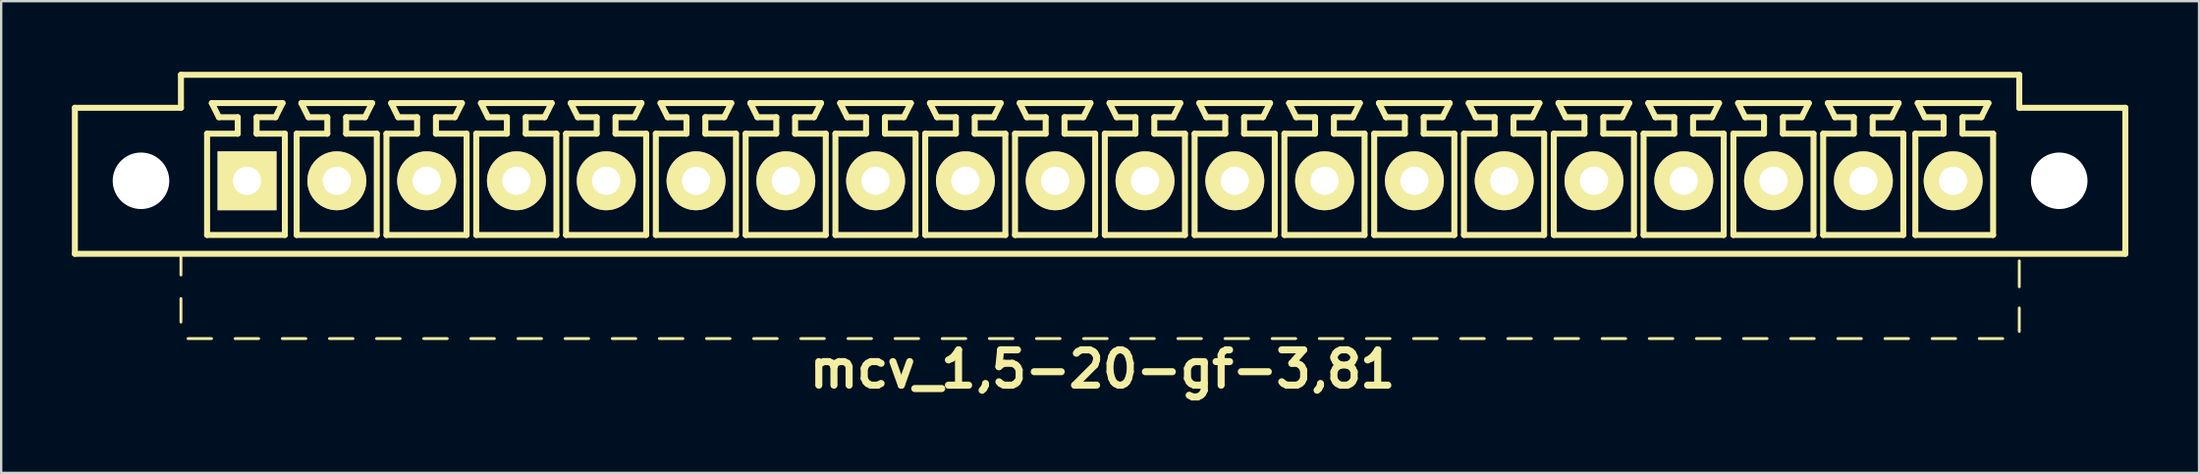
<source format=kicad_pcb>
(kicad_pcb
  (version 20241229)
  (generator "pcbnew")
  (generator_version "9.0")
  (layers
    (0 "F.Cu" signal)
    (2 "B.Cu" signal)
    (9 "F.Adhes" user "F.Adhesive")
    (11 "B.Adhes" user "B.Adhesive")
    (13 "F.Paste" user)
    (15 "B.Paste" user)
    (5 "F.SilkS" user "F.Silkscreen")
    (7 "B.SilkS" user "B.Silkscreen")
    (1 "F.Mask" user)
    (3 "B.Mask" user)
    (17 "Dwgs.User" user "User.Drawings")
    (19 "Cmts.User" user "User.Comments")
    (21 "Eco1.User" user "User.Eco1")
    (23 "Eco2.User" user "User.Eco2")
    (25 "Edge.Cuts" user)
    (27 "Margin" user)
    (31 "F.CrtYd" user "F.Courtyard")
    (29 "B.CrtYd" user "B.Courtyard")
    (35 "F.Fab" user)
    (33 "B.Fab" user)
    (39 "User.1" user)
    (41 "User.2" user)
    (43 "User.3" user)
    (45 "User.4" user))
  (footprint "mcv_1,5-20-gf-3,81"
    (layer "F.Cu")
    (at 43.627 4.627)
    (property "Reference" "mcv_1,5-20-gf-3,81" (at 0.1 8 0) (layer "F.SilkS") (effects (font (size 1.5 1.5) (thickness 0.3))))
    (attr through_hole)
    (fp_line (start -43.5 3.1) (end -43.5 -3.1) (stroke (width 0.254) (type solid)) (layer "F.SilkS"))
    (fp_line (start -43.5 3.1) (end 43.5 3.1) (stroke (width 0.254) (type solid)) (layer "F.SilkS"))
    (fp_line (start -39 -4.5) (end -39 -3.1) (stroke (width 0.254) (type solid)) (layer "F.SilkS"))
    (fp_line (start -39 -4.5) (end 39 -4.5) (stroke (width 0.254) (type solid)) (layer "F.SilkS"))
    (fp_line (start -39 -3.1) (end -43.5 -3.1) (stroke (width 0.254) (type solid)) (layer "F.SilkS"))
    (fp_line (start -39 3.1) (end -39 4) (stroke (width 0.12) (type solid)) (layer "F.SilkS"))
    (fp_line (start -39 5) (end -39 6) (stroke (width 0.12) (type solid)) (layer "F.SilkS"))
    (fp_line (start -38.7 6.7) (end -37.7 6.7) (stroke (width 0.12) (type solid)) (layer "F.SilkS"))
    (fp_line (start -37.89 -2) (end -36.59 -2) (stroke (width 0.254) (type solid)) (layer "F.SilkS"))
    (fp_line (start -37.89 2.3) (end -37.89 -2) (stroke (width 0.254) (type solid)) (layer "F.SilkS"))
    (fp_line (start -37.69 -3.3) (end -34.69 -3.3) (stroke (width 0.254) (type solid)) (layer "F.SilkS"))
    (fp_line (start -37.39 -2.7) (end -37.69 -3.3) (stroke (width 0.254) (type solid)) (layer "F.SilkS"))
    (fp_line (start -36.7 6.7) (end -35.7 6.7) (stroke (width 0.12) (type solid)) (layer "F.SilkS"))
    (fp_line (start -36.59 -2.7) (end -37.39 -2.7) (stroke (width 0.254) (type solid)) (layer "F.SilkS"))
    (fp_line (start -36.59 -2) (end -36.59 -2.7) (stroke (width 0.254) (type solid)) (layer "F.SilkS"))
    (fp_line (start -35.79 -2.7) (end -35.79 -2) (stroke (width 0.254) (type solid)) (layer "F.SilkS"))
    (fp_line (start -35.79 -2) (end -34.59 -2) (stroke (width 0.254) (type solid)) (layer "F.SilkS"))
    (fp_line (start -34.99 -2.7) (end -35.79 -2.7) (stroke (width 0.254) (type solid)) (layer "F.SilkS"))
    (fp_line (start -34.99 -2.7) (end -34.69 -3.3) (stroke (width 0.254) (type solid)) (layer "F.SilkS"))
    (fp_line (start -34.7 6.7) (end -33.7 6.7) (stroke (width 0.12) (type solid)) (layer "F.SilkS"))
    (fp_line (start -34.59 -2) (end -34.59 2.3) (stroke (width 0.254) (type solid)) (layer "F.SilkS"))
    (fp_line (start -34.59 2.3) (end -37.89 2.3) (stroke (width 0.254) (type solid)) (layer "F.SilkS"))
    (fp_line (start -34.09 -2) (end -32.79 -2) (stroke (width 0.254) (type solid)) (layer "F.SilkS"))
    (fp_line (start -34.09 2.3) (end -34.09 -2) (stroke (width 0.254) (type solid)) (layer "F.SilkS"))
    (fp_line (start -33.89 -3.3) (end -30.89 -3.3) (stroke (width 0.254) (type solid)) (layer "F.SilkS"))
    (fp_line (start -33.59 -2.7) (end -33.89 -3.3) (stroke (width 0.254) (type solid)) (layer "F.SilkS"))
    (fp_line (start -32.79 -2.7) (end -33.59 -2.7) (stroke (width 0.254) (type solid)) (layer "F.SilkS"))
    (fp_line (start -32.79 -2) (end -32.79 -2.7) (stroke (width 0.254) (type solid)) (layer "F.SilkS"))
    (fp_line (start -32.7 6.7) (end -31.7 6.7) (stroke (width 0.12) (type solid)) (layer "F.SilkS"))
    (fp_line (start -31.99 -2.7) (end -31.99 -2) (stroke (width 0.254) (type solid)) (layer "F.SilkS"))
    (fp_line (start -31.99 -2) (end -30.69 -2) (stroke (width 0.254) (type solid)) (layer "F.SilkS"))
    (fp_line (start -31.19 -2.7) (end -31.99 -2.7) (stroke (width 0.254) (type solid)) (layer "F.SilkS"))
    (fp_line (start -31.19 -2.7) (end -30.89 -3.3) (stroke (width 0.254) (type solid)) (layer "F.SilkS"))
    (fp_line (start -30.7 6.7) (end -29.7 6.7) (stroke (width 0.12) (type solid)) (layer "F.SilkS"))
    (fp_line (start -30.69 -2) (end -30.69 2.3) (stroke (width 0.254) (type solid)) (layer "F.SilkS"))
    (fp_line (start -30.69 2.3) (end -34.09 2.3) (stroke (width 0.254) (type solid)) (layer "F.SilkS"))
    (fp_line (start -30.28 -2) (end -28.98 -2) (stroke (width 0.254) (type solid)) (layer "F.SilkS"))
    (fp_line (start -30.28 2.3) (end -30.28 -2) (stroke (width 0.254) (type solid)) (layer "F.SilkS"))
    (fp_line (start -30.08 -3.3) (end -27.08 -3.3) (stroke (width 0.254) (type solid)) (layer "F.SilkS"))
    (fp_line (start -29.78 -2.7) (end -30.08 -3.3) (stroke (width 0.254) (type solid)) (layer "F.SilkS"))
    (fp_line (start -28.98 -2.7) (end -29.78 -2.7) (stroke (width 0.254) (type solid)) (layer "F.SilkS"))
    (fp_line (start -28.98 -2) (end -28.98 -2.7) (stroke (width 0.254) (type solid)) (layer "F.SilkS"))
    (fp_line (start -28.7 6.7) (end -27.7 6.7) (stroke (width 0.12) (type solid)) (layer "F.SilkS"))
    (fp_line (start -28.18 -2.7) (end -28.18 -2) (stroke (width 0.254) (type solid)) (layer "F.SilkS"))
    (fp_line (start -28.18 -2) (end -26.88 -2) (stroke (width 0.254) (type solid)) (layer "F.SilkS"))
    (fp_line (start -27.38 -2.7) (end -28.18 -2.7) (stroke (width 0.254) (type solid)) (layer "F.SilkS"))
    (fp_line (start -27.38 -2.7) (end -27.08 -3.3) (stroke (width 0.254) (type solid)) (layer "F.SilkS"))
    (fp_line (start -26.88 -2) (end -26.88 2.3) (stroke (width 0.254) (type solid)) (layer "F.SilkS"))
    (fp_line (start -26.88 2.3) (end -30.28 2.3) (stroke (width 0.254) (type solid)) (layer "F.SilkS"))
    (fp_line (start -26.7 6.7) (end -25.7 6.7) (stroke (width 0.12) (type solid)) (layer "F.SilkS"))
    (fp_line (start -26.47 -2) (end -25.17 -2) (stroke (width 0.254) (type solid)) (layer "F.SilkS"))
    (fp_line (start -26.47 2.3) (end -26.47 -2) (stroke (width 0.254) (type solid)) (layer "F.SilkS"))
    (fp_line (start -26.27 -3.3) (end -23.27 -3.3) (stroke (width 0.254) (type solid)) (layer "F.SilkS"))
    (fp_line (start -25.97 -2.7) (end -26.27 -3.3) (stroke (width 0.254) (type solid)) (layer "F.SilkS"))
    (fp_line (start -25.17 -2.7) (end -25.97 -2.7) (stroke (width 0.254) (type solid)) (layer "F.SilkS"))
    (fp_line (start -25.17 -2) (end -25.17 -2.7) (stroke (width 0.254) (type solid)) (layer "F.SilkS"))
    (fp_line (start -24.7 6.7) (end -23.7 6.7) (stroke (width 0.12) (type solid)) (layer "F.SilkS"))
    (fp_line (start -24.37 -2.7) (end -24.37 -2) (stroke (width 0.254) (type solid)) (layer "F.SilkS"))
    (fp_line (start -24.37 -2) (end -23.07 -2) (stroke (width 0.254) (type solid)) (layer "F.SilkS"))
    (fp_line (start -23.57 -2.7) (end -24.37 -2.7) (stroke (width 0.254) (type solid)) (layer "F.SilkS"))
    (fp_line (start -23.57 -2.7) (end -23.27 -3.3) (stroke (width 0.254) (type solid)) (layer "F.SilkS"))
    (fp_line (start -23.07 -2) (end -23.07 2.3) (stroke (width 0.254) (type solid)) (layer "F.SilkS"))
    (fp_line (start -23.07 2.3) (end -26.47 2.3) (stroke (width 0.254) (type solid)) (layer "F.SilkS"))
    (fp_line (start -22.7 6.7) (end -21.7 6.7) (stroke (width 0.12) (type solid)) (layer "F.SilkS"))
    (fp_line (start -22.66 -2) (end -21.36 -2) (stroke (width 0.254) (type solid)) (layer "F.SilkS"))
    (fp_line (start -22.66 2.3) (end -22.66 -2) (stroke (width 0.254) (type solid)) (layer "F.SilkS"))
    (fp_line (start -22.46 -3.3) (end -19.46 -3.3) (stroke (width 0.254) (type solid)) (layer "F.SilkS"))
    (fp_line (start -22.16 -2.7) (end -22.46 -3.3) (stroke (width 0.254) (type solid)) (layer "F.SilkS"))
    (fp_line (start -21.36 -2.7) (end -22.16 -2.7) (stroke (width 0.254) (type solid)) (layer "F.SilkS"))
    (fp_line (start -21.36 -2) (end -21.36 -2.7) (stroke (width 0.254) (type solid)) (layer "F.SilkS"))
    (fp_line (start -20.7 6.7) (end -19.7 6.7) (stroke (width 0.12) (type solid)) (layer "F.SilkS"))
    (fp_line (start -20.56 -2.7) (end -20.56 -2) (stroke (width 0.254) (type solid)) (layer "F.SilkS"))
    (fp_line (start -20.56 -2) (end -19.26 -2) (stroke (width 0.254) (type solid)) (layer "F.SilkS"))
    (fp_line (start -19.76 -2.7) (end -20.56 -2.7) (stroke (width 0.254) (type solid)) (layer "F.SilkS"))
    (fp_line (start -19.76 -2.7) (end -19.46 -3.3) (stroke (width 0.254) (type solid)) (layer "F.SilkS"))
    (fp_line (start -19.26 -2) (end -19.26 2.3) (stroke (width 0.254) (type solid)) (layer "F.SilkS"))
    (fp_line (start -19.26 2.3) (end -22.66 2.3) (stroke (width 0.254) (type solid)) (layer "F.SilkS"))
    (fp_line (start -18.85 -2) (end -17.55 -2) (stroke (width 0.254) (type solid)) (layer "F.SilkS"))
    (fp_line (start -18.85 2.3) (end -18.85 -2) (stroke (width 0.254) (type solid)) (layer "F.SilkS"))
    (fp_line (start -18.7 6.7) (end -17.7 6.7) (stroke (width 0.12) (type solid)) (layer "F.SilkS"))
    (fp_line (start -18.65 -3.3) (end -15.65 -3.3) (stroke (width 0.254) (type solid)) (layer "F.SilkS"))
    (fp_line (start -18.35 -2.7) (end -18.65 -3.3) (stroke (width 0.254) (type solid)) (layer "F.SilkS"))
    (fp_line (start -17.55 -2.7) (end -18.35 -2.7) (stroke (width 0.254) (type solid)) (layer "F.SilkS"))
    (fp_line (start -17.55 -2) (end -17.55 -2.7) (stroke (width 0.254) (type solid)) (layer "F.SilkS"))
    (fp_line (start -16.75 -2.7) (end -16.75 -2) (stroke (width 0.254) (type solid)) (layer "F.SilkS"))
    (fp_line (start -16.75 -2) (end -15.45 -2) (stroke (width 0.254) (type solid)) (layer "F.SilkS"))
    (fp_line (start -16.7 6.7) (end -15.7 6.7) (stroke (width 0.12) (type solid)) (layer "F.SilkS"))
    (fp_line (start -15.95 -2.7) (end -16.75 -2.7) (stroke (width 0.254) (type solid)) (layer "F.SilkS"))
    (fp_line (start -15.95 -2.7) (end -15.65 -3.3) (stroke (width 0.254) (type solid)) (layer "F.SilkS"))
    (fp_line (start -15.45 -2) (end -15.45 2.3) (stroke (width 0.254) (type solid)) (layer "F.SilkS"))
    (fp_line (start -15.45 2.3) (end -18.85 2.3) (stroke (width 0.254) (type solid)) (layer "F.SilkS"))
    (fp_line (start -15.04 -2) (end -13.74 -2) (stroke (width 0.254) (type solid)) (layer "F.SilkS"))
    (fp_line (start -15.04 2.3) (end -15.04 -2) (stroke (width 0.254) (type solid)) (layer "F.SilkS"))
    (fp_line (start -14.84 -3.3) (end -11.84 -3.3) (stroke (width 0.254) (type solid)) (layer "F.SilkS"))
    (fp_line (start -14.7 6.7) (end -13.7 6.7) (stroke (width 0.12) (type solid)) (layer "F.SilkS"))
    (fp_line (start -14.54 -2.7) (end -14.84 -3.3) (stroke (width 0.254) (type solid)) (layer "F.SilkS"))
    (fp_line (start -13.74 -2.7) (end -14.54 -2.7) (stroke (width 0.254) (type solid)) (layer "F.SilkS"))
    (fp_line (start -13.74 -2) (end -13.74 -2.7) (stroke (width 0.254) (type solid)) (layer "F.SilkS"))
    (fp_line (start -12.94 -2.7) (end -12.94 -2) (stroke (width 0.254) (type solid)) (layer "F.SilkS"))
    (fp_line (start -12.94 -2) (end -11.64 -2) (stroke (width 0.254) (type solid)) (layer "F.SilkS"))
    (fp_line (start -12.7 6.7) (end -11.7 6.7) (stroke (width 0.12) (type solid)) (layer "F.SilkS"))
    (fp_line (start -12.14 -2.7) (end -12.94 -2.7) (stroke (width 0.254) (type solid)) (layer "F.SilkS"))
    (fp_line (start -12.14 -2.7) (end -11.84 -3.3) (stroke (width 0.254) (type solid)) (layer "F.SilkS"))
    (fp_line (start -11.64 -2) (end -11.64 2.3) (stroke (width 0.254) (type solid)) (layer "F.SilkS"))
    (fp_line (start -11.64 2.3) (end -15.04 2.3) (stroke (width 0.254) (type solid)) (layer "F.SilkS"))
    (fp_line (start -11.23 -2) (end -9.93 -2) (stroke (width 0.254) (type solid)) (layer "F.SilkS"))
    (fp_line (start -11.23 2.3) (end -11.23 -2) (stroke (width 0.254) (type solid)) (layer "F.SilkS"))
    (fp_line (start -11.03 -3.3) (end -8.03 -3.3) (stroke (width 0.254) (type solid)) (layer "F.SilkS"))
    (fp_line (start -10.73 -2.7) (end -11.03 -3.3) (stroke (width 0.254) (type solid)) (layer "F.SilkS"))
    (fp_line (start -10.7 6.7) (end -9.7 6.7) (stroke (width 0.12) (type solid)) (layer "F.SilkS"))
    (fp_line (start -9.93 -2.7) (end -10.73 -2.7) (stroke (width 0.254) (type solid)) (layer "F.SilkS"))
    (fp_line (start -9.93 -2) (end -9.93 -2.7) (stroke (width 0.254) (type solid)) (layer "F.SilkS"))
    (fp_line (start -9.13 -2.7) (end -9.13 -2) (stroke (width 0.254) (type solid)) (layer "F.SilkS"))
    (fp_line (start -9.13 -2) (end -7.83 -2) (stroke (width 0.254) (type solid)) (layer "F.SilkS"))
    (fp_line (start -8.7 6.7) (end -7.7 6.7) (stroke (width 0.12) (type solid)) (layer "F.SilkS"))
    (fp_line (start -8.33 -2.7) (end -9.13 -2.7) (stroke (width 0.254) (type solid)) (layer "F.SilkS"))
    (fp_line (start -8.33 -2.7) (end -8.03 -3.3) (stroke (width 0.254) (type solid)) (layer "F.SilkS"))
    (fp_line (start -7.83 -2) (end -7.83 2.3) (stroke (width 0.254) (type solid)) (layer "F.SilkS"))
    (fp_line (start -7.83 2.3) (end -11.23 2.3) (stroke (width 0.254) (type solid)) (layer "F.SilkS"))
    (fp_line (start -7.42 -2) (end -6.12 -2) (stroke (width 0.254) (type solid)) (layer "F.SilkS"))
    (fp_line (start -7.42 2.3) (end -7.42 -2) (stroke (width 0.254) (type solid)) (layer "F.SilkS"))
    (fp_line (start -7.22 -3.3) (end -4.22 -3.3) (stroke (width 0.254) (type solid)) (layer "F.SilkS"))
    (fp_line (start -6.92 -2.7) (end -7.22 -3.3) (stroke (width 0.254) (type solid)) (layer "F.SilkS"))
    (fp_line (start -6.7 6.7) (end -5.7 6.7) (stroke (width 0.12) (type solid)) (layer "F.SilkS"))
    (fp_line (start -6.12 -2.7) (end -6.92 -2.7) (stroke (width 0.254) (type solid)) (layer "F.SilkS"))
    (fp_line (start -6.12 -2) (end -6.12 -2.7) (stroke (width 0.254) (type solid)) (layer "F.SilkS"))
    (fp_line (start -5.32 -2.7) (end -5.32 -2) (stroke (width 0.254) (type solid)) (layer "F.SilkS"))
    (fp_line (start -5.32 -2) (end -4.02 -2) (stroke (width 0.254) (type solid)) (layer "F.SilkS"))
    (fp_line (start -4.7 6.7) (end -3.7 6.7) (stroke (width 0.12) (type solid)) (layer "F.SilkS"))
    (fp_line (start -4.52 -2.7) (end -5.32 -2.7) (stroke (width 0.254) (type solid)) (layer "F.SilkS"))
    (fp_line (start -4.52 -2.7) (end -4.22 -3.3) (stroke (width 0.254) (type solid)) (layer "F.SilkS"))
    (fp_line (start -4.02 -2) (end -4.02 2.3) (stroke (width 0.254) (type solid)) (layer "F.SilkS"))
    (fp_line (start -4.02 2.3) (end -7.42 2.3) (stroke (width 0.254) (type solid)) (layer "F.SilkS"))
    (fp_line (start -3.61 -2) (end -2.31 -2) (stroke (width 0.254) (type solid)) (layer "F.SilkS"))
    (fp_line (start -3.61 2.3) (end -3.61 -2) (stroke (width 0.254) (type solid)) (layer "F.SilkS"))
    (fp_line (start -3.41 -3.3) (end -0.41 -3.3) (stroke (width 0.254) (type solid)) (layer "F.SilkS"))
    (fp_line (start -3.11 -2.7) (end -3.41 -3.3) (stroke (width 0.254) (type solid)) (layer "F.SilkS"))
    (fp_line (start -2.7 6.7) (end -1.7 6.7) (stroke (width 0.12) (type solid)) (layer "F.SilkS"))
    (fp_line (start -2.31 -2.7) (end -3.11 -2.7) (stroke (width 0.254) (type solid)) (layer "F.SilkS"))
    (fp_line (start -2.31 -2) (end -2.31 -2.7) (stroke (width 0.254) (type solid)) (layer "F.SilkS"))
    (fp_line (start -1.51 -2.7) (end -1.51 -2) (stroke (width 0.254) (type solid)) (layer "F.SilkS"))
    (fp_line (start -1.51 -2) (end -0.21 -2) (stroke (width 0.254) (type solid)) (layer "F.SilkS"))
    (fp_line (start -0.71 -2.7) (end -1.51 -2.7) (stroke (width 0.254) (type solid)) (layer "F.SilkS"))
    (fp_line (start -0.71 -2.7) (end -0.41 -3.3) (stroke (width 0.254) (type solid)) (layer "F.SilkS"))
    (fp_line (start -0.7 6.7) (end 0.3 6.7) (stroke (width 0.12) (type solid)) (layer "F.SilkS"))
    (fp_line (start -0.21 -2) (end -0.21 2.3) (stroke (width 0.254) (type solid)) (layer "F.SilkS"))
    (fp_line (start -0.21 2.3) (end -3.61 2.3) (stroke (width 0.254) (type solid)) (layer "F.SilkS"))
    (fp_line (start 0.2 -2) (end 1.5 -2) (stroke (width 0.254) (type solid)) (layer "F.SilkS"))
    (fp_line (start 0.2 2.3) (end 0.2 -2) (stroke (width 0.254) (type solid)) (layer "F.SilkS"))
    (fp_line (start 0.4 -3.3) (end 3.4 -3.3) (stroke (width 0.254) (type solid)) (layer "F.SilkS"))
    (fp_line (start 0.7 -2.7) (end 0.4 -3.3) (stroke (width 0.254) (type solid)) (layer "F.SilkS"))
    (fp_line (start 1.3 6.7) (end 2.3 6.7) (stroke (width 0.12) (type solid)) (layer "F.SilkS"))
    (fp_line (start 1.5 -2.7) (end 0.7 -2.7) (stroke (width 0.254) (type solid)) (layer "F.SilkS"))
    (fp_line (start 1.5 -2) (end 1.5 -2.7) (stroke (width 0.254) (type solid)) (layer "F.SilkS"))
    (fp_line (start 2.3 -2.7) (end 2.3 -2) (stroke (width 0.254) (type solid)) (layer "F.SilkS"))
    (fp_line (start 2.3 -2) (end 3.6 -2) (stroke (width 0.254) (type solid)) (layer "F.SilkS"))
    (fp_line (start 3.1 -2.7) (end 2.3 -2.7) (stroke (width 0.254) (type solid)) (layer "F.SilkS"))
    (fp_line (start 3.1 -2.7) (end 3.4 -3.3) (stroke (width 0.254) (type solid)) (layer "F.SilkS"))
    (fp_line (start 3.3 6.7) (end 4.3 6.7) (stroke (width 0.12) (type solid)) (layer "F.SilkS"))
    (fp_line (start 3.6 -2) (end 3.6 2.3) (stroke (width 0.254) (type solid)) (layer "F.SilkS"))
    (fp_line (start 3.6 2.3) (end 0.2 2.3) (stroke (width 0.254) (type solid)) (layer "F.SilkS"))
    (fp_line (start 4.01 -2) (end 5.31 -2) (stroke (width 0.254) (type solid)) (layer "F.SilkS"))
    (fp_line (start 4.01 2.3) (end 4.01 -2) (stroke (width 0.254) (type solid)) (layer "F.SilkS"))
    (fp_line (start 4.21 -3.3) (end 7.21 -3.3) (stroke (width 0.254) (type solid)) (layer "F.SilkS"))
    (fp_line (start 4.51 -2.7) (end 4.21 -3.3) (stroke (width 0.254) (type solid)) (layer "F.SilkS"))
    (fp_line (start 5.3 6.7) (end 6.3 6.7) (stroke (width 0.12) (type solid)) (layer "F.SilkS"))
    (fp_line (start 5.31 -2.7) (end 4.51 -2.7) (stroke (width 0.254) (type solid)) (layer "F.SilkS"))
    (fp_line (start 5.31 -2) (end 5.31 -2.7) (stroke (width 0.254) (type solid)) (layer "F.SilkS"))
    (fp_line (start 6.11 -2.7) (end 6.11 -2) (stroke (width 0.254) (type solid)) (layer "F.SilkS"))
    (fp_line (start 6.11 -2) (end 7.41 -2) (stroke (width 0.254) (type solid)) (layer "F.SilkS"))
    (fp_line (start 6.91 -2.7) (end 6.11 -2.7) (stroke (width 0.254) (type solid)) (layer "F.SilkS"))
    (fp_line (start 6.91 -2.7) (end 7.21 -3.3) (stroke (width 0.254) (type solid)) (layer "F.SilkS"))
    (fp_line (start 7.3 6.7) (end 8.3 6.7) (stroke (width 0.12) (type solid)) (layer "F.SilkS"))
    (fp_line (start 7.41 -2) (end 7.41 2.3) (stroke (width 0.254) (type solid)) (layer "F.SilkS"))
    (fp_line (start 7.41 2.3) (end 4.01 2.3) (stroke (width 0.254) (type solid)) (layer "F.SilkS"))
    (fp_line (start 7.82 -2) (end 9.12 -2) (stroke (width 0.254) (type solid)) (layer "F.SilkS"))
    (fp_line (start 7.82 2.3) (end 7.82 -2) (stroke (width 0.254) (type solid)) (layer "F.SilkS"))
    (fp_line (start 8.02 -3.3) (end 11.02 -3.3) (stroke (width 0.254) (type solid)) (layer "F.SilkS"))
    (fp_line (start 8.32 -2.7) (end 8.02 -3.3) (stroke (width 0.254) (type solid)) (layer "F.SilkS"))
    (fp_line (start 9.12 -2.7) (end 8.32 -2.7) (stroke (width 0.254) (type solid)) (layer "F.SilkS"))
    (fp_line (start 9.12 -2) (end 9.12 -2.7) (stroke (width 0.254) (type solid)) (layer "F.SilkS"))
    (fp_line (start 9.3 6.7) (end 10.3 6.7) (stroke (width 0.12) (type solid)) (layer "F.SilkS"))
    (fp_line (start 9.92 -2.7) (end 9.92 -2) (stroke (width 0.254) (type solid)) (layer "F.SilkS"))
    (fp_line (start 9.92 -2) (end 11.22 -2) (stroke (width 0.254) (type solid)) (layer "F.SilkS"))
    (fp_line (start 10.72 -2.7) (end 9.92 -2.7) (stroke (width 0.254) (type solid)) (layer "F.SilkS"))
    (fp_line (start 10.72 -2.7) (end 11.02 -3.3) (stroke (width 0.254) (type solid)) (layer "F.SilkS"))
    (fp_line (start 11.22 -2) (end 11.22 2.3) (stroke (width 0.254) (type solid)) (layer "F.SilkS"))
    (fp_line (start 11.22 2.3) (end 7.82 2.3) (stroke (width 0.254) (type solid)) (layer "F.SilkS"))
    (fp_line (start 11.3 6.7) (end 12.3 6.7) (stroke (width 0.12) (type solid)) (layer "F.SilkS"))
    (fp_line (start 11.63 -2) (end 12.93 -2) (stroke (width 0.254) (type solid)) (layer "F.SilkS"))
    (fp_line (start 11.63 2.3) (end 11.63 -2) (stroke (width 0.254) (type solid)) (layer "F.SilkS"))
    (fp_line (start 11.83 -3.3) (end 14.83 -3.3) (stroke (width 0.254) (type solid)) (layer "F.SilkS"))
    (fp_line (start 12.13 -2.7) (end 11.83 -3.3) (stroke (width 0.254) (type solid)) (layer "F.SilkS"))
    (fp_line (start 12.93 -2.7) (end 12.13 -2.7) (stroke (width 0.254) (type solid)) (layer "F.SilkS"))
    (fp_line (start 12.93 -2) (end 12.93 -2.7) (stroke (width 0.254) (type solid)) (layer "F.SilkS"))
    (fp_line (start 13.3 6.7) (end 14.3 6.7) (stroke (width 0.12) (type solid)) (layer "F.SilkS"))
    (fp_line (start 13.73 -2.7) (end 13.73 -2) (stroke (width 0.254) (type solid)) (layer "F.SilkS"))
    (fp_line (start 13.73 -2) (end 15.03 -2) (stroke (width 0.254) (type solid)) (layer "F.SilkS"))
    (fp_line (start 14.53 -2.7) (end 13.73 -2.7) (stroke (width 0.254) (type solid)) (layer "F.SilkS"))
    (fp_line (start 14.53 -2.7) (end 14.83 -3.3) (stroke (width 0.254) (type solid)) (layer "F.SilkS"))
    (fp_line (start 15.03 -2) (end 15.03 2.3) (stroke (width 0.254) (type solid)) (layer "F.SilkS"))
    (fp_line (start 15.03 2.3) (end 11.63 2.3) (stroke (width 0.254) (type solid)) (layer "F.SilkS"))
    (fp_line (start 15.3 6.7) (end 16.3 6.7) (stroke (width 0.12) (type solid)) (layer "F.SilkS"))
    (fp_line (start 15.44 -2) (end 16.74 -2) (stroke (width 0.254) (type solid)) (layer "F.SilkS"))
    (fp_line (start 15.44 2.3) (end 15.44 -2) (stroke (width 0.254) (type solid)) (layer "F.SilkS"))
    (fp_line (start 15.64 -3.3) (end 18.64 -3.3) (stroke (width 0.254) (type solid)) (layer "F.SilkS"))
    (fp_line (start 15.94 -2.7) (end 15.64 -3.3) (stroke (width 0.254) (type solid)) (layer "F.SilkS"))
    (fp_line (start 16.74 -2.7) (end 15.94 -2.7) (stroke (width 0.254) (type solid)) (layer "F.SilkS"))
    (fp_line (start 16.74 -2) (end 16.74 -2.7) (stroke (width 0.254) (type solid)) (layer "F.SilkS"))
    (fp_line (start 17.3 6.7) (end 18.3 6.7) (stroke (width 0.12) (type solid)) (layer "F.SilkS"))
    (fp_line (start 17.54 -2.7) (end 17.54 -2) (stroke (width 0.254) (type solid)) (layer "F.SilkS"))
    (fp_line (start 17.54 -2) (end 18.84 -2) (stroke (width 0.254) (type solid)) (layer "F.SilkS"))
    (fp_line (start 18.34 -2.7) (end 17.54 -2.7) (stroke (width 0.254) (type solid)) (layer "F.SilkS"))
    (fp_line (start 18.34 -2.7) (end 18.64 -3.3) (stroke (width 0.254) (type solid)) (layer "F.SilkS"))
    (fp_line (start 18.84 -2) (end 18.84 2.3) (stroke (width 0.254) (type solid)) (layer "F.SilkS"))
    (fp_line (start 18.84 2.3) (end 15.44 2.3) (stroke (width 0.254) (type solid)) (layer "F.SilkS"))
    (fp_line (start 19.25 -2) (end 20.55 -2) (stroke (width 0.254) (type solid)) (layer "F.SilkS"))
    (fp_line (start 19.25 2.3) (end 19.25 -2) (stroke (width 0.254) (type solid)) (layer "F.SilkS"))
    (fp_line (start 19.3 6.7) (end 20.3 6.7) (stroke (width 0.12) (type solid)) (layer "F.SilkS"))
    (fp_line (start 19.45 -3.3) (end 22.45 -3.3) (stroke (width 0.254) (type solid)) (layer "F.SilkS"))
    (fp_line (start 19.75 -2.7) (end 19.45 -3.3) (stroke (width 0.254) (type solid)) (layer "F.SilkS"))
    (fp_line (start 20.55 -2.7) (end 19.75 -2.7) (stroke (width 0.254) (type solid)) (layer "F.SilkS"))
    (fp_line (start 20.55 -2) (end 20.55 -2.7) (stroke (width 0.254) (type solid)) (layer "F.SilkS"))
    (fp_line (start 21.3 6.7) (end 22.3 6.7) (stroke (width 0.12) (type solid)) (layer "F.SilkS"))
    (fp_line (start 21.35 -2.7) (end 21.35 -2) (stroke (width 0.254) (type solid)) (layer "F.SilkS"))
    (fp_line (start 21.35 -2) (end 22.65 -2) (stroke (width 0.254) (type solid)) (layer "F.SilkS"))
    (fp_line (start 22.15 -2.7) (end 21.35 -2.7) (stroke (width 0.254) (type solid)) (layer "F.SilkS"))
    (fp_line (start 22.15 -2.7) (end 22.45 -3.3) (stroke (width 0.254) (type solid)) (layer "F.SilkS"))
    (fp_line (start 22.65 -2) (end 22.65 2.3) (stroke (width 0.254) (type solid)) (layer "F.SilkS"))
    (fp_line (start 22.65 2.3) (end 19.25 2.3) (stroke (width 0.254) (type solid)) (layer "F.SilkS"))
    (fp_line (start 23.06 -2) (end 24.36 -2) (stroke (width 0.254) (type solid)) (layer "F.SilkS"))
    (fp_line (start 23.06 2.3) (end 23.06 -2) (stroke (width 0.254) (type solid)) (layer "F.SilkS"))
    (fp_line (start 23.26 -3.3) (end 26.26 -3.3) (stroke (width 0.254) (type solid)) (layer "F.SilkS"))
    (fp_line (start 23.3 6.7) (end 24.3 6.7) (stroke (width 0.12) (type solid)) (layer "F.SilkS"))
    (fp_line (start 23.56 -2.7) (end 23.26 -3.3) (stroke (width 0.254) (type solid)) (layer "F.SilkS"))
    (fp_line (start 24.36 -2.7) (end 23.56 -2.7) (stroke (width 0.254) (type solid)) (layer "F.SilkS"))
    (fp_line (start 24.36 -2) (end 24.36 -2.7) (stroke (width 0.254) (type solid)) (layer "F.SilkS"))
    (fp_line (start 25.16 -2.7) (end 25.16 -2) (stroke (width 0.254) (type solid)) (layer "F.SilkS"))
    (fp_line (start 25.16 -2) (end 26.46 -2) (stroke (width 0.254) (type solid)) (layer "F.SilkS"))
    (fp_line (start 25.3 6.7) (end 26.3 6.7) (stroke (width 0.12) (type solid)) (layer "F.SilkS"))
    (fp_line (start 25.96 -2.7) (end 25.16 -2.7) (stroke (width 0.254) (type solid)) (layer "F.SilkS"))
    (fp_line (start 25.96 -2.7) (end 26.26 -3.3) (stroke (width 0.254) (type solid)) (layer "F.SilkS"))
    (fp_line (start 26.46 -2) (end 26.46 2.3) (stroke (width 0.254) (type solid)) (layer "F.SilkS"))
    (fp_line (start 26.46 2.3) (end 23.06 2.3) (stroke (width 0.254) (type solid)) (layer "F.SilkS"))
    (fp_line (start 26.87 -2) (end 28.17 -2) (stroke (width 0.254) (type solid)) (layer "F.SilkS"))
    (fp_line (start 26.87 2.3) (end 26.87 -2) (stroke (width 0.254) (type solid)) (layer "F.SilkS"))
    (fp_line (start 27.07 -3.3) (end 30.07 -3.3) (stroke (width 0.254) (type solid)) (layer "F.SilkS"))
    (fp_line (start 27.3 6.7) (end 28.3 6.7) (stroke (width 0.12) (type solid)) (layer "F.SilkS"))
    (fp_line (start 27.37 -2.7) (end 27.07 -3.3) (stroke (width 0.254) (type solid)) (layer "F.SilkS"))
    (fp_line (start 28.17 -2.7) (end 27.37 -2.7) (stroke (width 0.254) (type solid)) (layer "F.SilkS"))
    (fp_line (start 28.17 -2) (end 28.17 -2.7) (stroke (width 0.254) (type solid)) (layer "F.SilkS"))
    (fp_line (start 28.97 -2.7) (end 28.97 -2) (stroke (width 0.254) (type solid)) (layer "F.SilkS"))
    (fp_line (start 28.97 -2) (end 30.27 -2) (stroke (width 0.254) (type solid)) (layer "F.SilkS"))
    (fp_line (start 29.3 6.7) (end 30.3 6.7) (stroke (width 0.12) (type solid)) (layer "F.SilkS"))
    (fp_line (start 29.77 -2.7) (end 28.97 -2.7) (stroke (width 0.254) (type solid)) (layer "F.SilkS"))
    (fp_line (start 29.77 -2.7) (end 30.07 -3.3) (stroke (width 0.254) (type solid)) (layer "F.SilkS"))
    (fp_line (start 30.27 -2) (end 30.27 2.3) (stroke (width 0.254) (type solid)) (layer "F.SilkS"))
    (fp_line (start 30.27 2.3) (end 26.87 2.3) (stroke (width 0.254) (type solid)) (layer "F.SilkS"))
    (fp_line (start 30.68 -2) (end 31.98 -2) (stroke (width 0.254) (type solid)) (layer "F.SilkS"))
    (fp_line (start 30.68 2.3) (end 30.68 -2) (stroke (width 0.254) (type solid)) (layer "F.SilkS"))
    (fp_line (start 30.88 -3.3) (end 33.88 -3.3) (stroke (width 0.254) (type solid)) (layer "F.SilkS"))
    (fp_line (start 31.18 -2.7) (end 30.88 -3.3) (stroke (width 0.254) (type solid)) (layer "F.SilkS"))
    (fp_line (start 31.3 6.7) (end 32.3 6.7) (stroke (width 0.12) (type solid)) (layer "F.SilkS"))
    (fp_line (start 31.98 -2.7) (end 31.18 -2.7) (stroke (width 0.254) (type solid)) (layer "F.SilkS"))
    (fp_line (start 31.98 -2) (end 31.98 -2.7) (stroke (width 0.254) (type solid)) (layer "F.SilkS"))
    (fp_line (start 32.78 -2.7) (end 32.78 -2) (stroke (width 0.254) (type solid)) (layer "F.SilkS"))
    (fp_line (start 32.78 -2) (end 34.08 -2) (stroke (width 0.254) (type solid)) (layer "F.SilkS"))
    (fp_line (start 33.3 6.7) (end 34.3 6.7) (stroke (width 0.12) (type solid)) (layer "F.SilkS"))
    (fp_line (start 33.58 -2.7) (end 32.78 -2.7) (stroke (width 0.254) (type solid)) (layer "F.SilkS"))
    (fp_line (start 33.58 -2.7) (end 33.88 -3.3) (stroke (width 0.254) (type solid)) (layer "F.SilkS"))
    (fp_line (start 34.08 -2) (end 34.08 2.3) (stroke (width 0.254) (type solid)) (layer "F.SilkS"))
    (fp_line (start 34.08 2.3) (end 30.68 2.3) (stroke (width 0.254) (type solid)) (layer "F.SilkS"))
    (fp_line (start 34.59 -2) (end 35.79 -2) (stroke (width 0.254) (type solid)) (layer "F.SilkS"))
    (fp_line (start 34.59 2.3) (end 34.59 -2) (stroke (width 0.254) (type solid)) (layer "F.SilkS"))
    (fp_line (start 34.69 -3.3) (end 37.69 -3.3) (stroke (width 0.254) (type solid)) (layer "F.SilkS"))
    (fp_line (start 34.99 -2.7) (end 34.69 -3.3) (stroke (width 0.254) (type solid)) (layer "F.SilkS"))
    (fp_line (start 35.3 6.7) (end 36.3 6.7) (stroke (width 0.12) (type solid)) (layer "F.SilkS"))
    (fp_line (start 35.79 -2.7) (end 34.99 -2.7) (stroke (width 0.254) (type solid)) (layer "F.SilkS"))
    (fp_line (start 35.79 -2) (end 35.79 -2.7) (stroke (width 0.254) (type solid)) (layer "F.SilkS"))
    (fp_line (start 36.59 -2.7) (end 36.59 -2) (stroke (width 0.254) (type solid)) (layer "F.SilkS"))
    (fp_line (start 36.59 -2) (end 37.89 -2) (stroke (width 0.254) (type solid)) (layer "F.SilkS"))
    (fp_line (start 37.3 6.7) (end 38.3 6.7) (stroke (width 0.12) (type solid)) (layer "F.SilkS"))
    (fp_line (start 37.39 -2.7) (end 36.59 -2.7) (stroke (width 0.254) (type solid)) (layer "F.SilkS"))
    (fp_line (start 37.39 -2.7) (end 37.69 -3.3) (stroke (width 0.254) (type solid)) (layer "F.SilkS"))
    (fp_line (start 37.89 -2) (end 37.89 2.3) (stroke (width 0.254) (type solid)) (layer "F.SilkS"))
    (fp_line (start 37.89 2.3) (end 34.59 2.3) (stroke (width 0.254) (type solid)) (layer "F.SilkS"))
    (fp_line (start 39 -4.5) (end 39 -3.1) (stroke (width 0.254) (type solid)) (layer "F.SilkS"))
    (fp_line (start 39 4.5) (end 39 3.4) (stroke (width 0.12) (type solid)) (layer "F.SilkS"))
    (fp_line (start 39 6.4) (end 39 5.4) (stroke (width 0.12) (type solid)) (layer "F.SilkS"))
    (fp_line (start 43.5 -3.1) (end 39 -3.1) (stroke (width 0.254) (type solid)) (layer "F.SilkS"))
    (fp_line (start 43.5 3.1) (end 43.5 -3.1) (stroke (width 0.254) (type solid)) (layer "F.SilkS"))
    (pad "" np_thru_hole circle (at -40.695 0) (size 2.4 2.4) (drill 2.4) (layers "*.Cu" "*.Mask"))
    (pad "" np_thru_hole circle (at 40.695 0) (size 2.4 2.4) (drill 2.4) (layers "*.Cu" "*.Mask"))
    (pad "1" thru_hole rect (at -36.195 0) (size 2.5 2.5) (drill 1.2) (layers "*.Cu" "*.Mask" "F.SilkS"))
    (pad "2" thru_hole circle (at -32.385 0) (size 2.5 2.5) (drill 1.2) (layers "*.Cu" "*.Mask" "F.SilkS"))
    (pad "3.1" thru_hole circle (at -28.575 0) (size 2.5 2.5) (drill 1.2) (layers "*.Cu" "*.Mask" "F.SilkS"))
    (pad "4" thru_hole circle (at -24.765 0) (size 2.5 2.5) (drill 1.2) (layers "*.Cu" "*.Mask" "F.SilkS"))
    (pad "5" thru_hole circle (at -20.955 0) (size 2.5 2.5) (drill 1.2) (layers "*.Cu" "*.Mask" "F.SilkS"))
    (pad "6" thru_hole circle (at -17.145 0) (size 2.5 2.5) (drill 1.2) (layers "*.Cu" "*.Mask" "F.SilkS"))
    (pad "7" thru_hole circle (at -13.335 0) (size 2.5 2.5) (drill 1.2) (layers "*.Cu" "*.Mask" "F.SilkS"))
    (pad "8" thru_hole circle (at -9.525 0) (size 2.5 2.5) (drill 1.2) (layers "*.Cu" "*.Mask" "F.SilkS"))
    (pad "9" thru_hole circle (at -5.715 0) (size 2.5 2.5) (drill 1.2) (layers "*.Cu" "*.Mask" "F.SilkS"))
    (pad "10" thru_hole circle (at -1.905 0) (size 2.5 2.5) (drill 1.2) (layers "*.Cu" "*.Mask" "F.SilkS"))
    (pad "11" thru_hole circle (at 1.905 0) (size 2.5 2.5) (drill 1.2) (layers "*.Cu" "*.Mask" "F.SilkS"))
    (pad "12" thru_hole circle (at 5.715 0) (size 2.5 2.5) (drill 1.2) (layers "*.Cu" "*.Mask" "F.SilkS"))
    (pad "13" thru_hole circle (at 9.525 0) (size 2.5 2.5) (drill 1.2) (layers "*.Cu" "*.Mask" "F.SilkS"))
    (pad "14" thru_hole circle (at 13.335 0) (size 2.5 2.5) (drill 1.2) (layers "*.Cu" "*.Mask" "F.SilkS"))
    (pad "15" thru_hole circle (at 17.145 0) (size 2.5 2.5) (drill 1.2) (layers "*.Cu" "*.Mask" "F.SilkS"))
    (pad "16" thru_hole circle (at 20.955 0) (size 2.5 2.5) (drill 1.2) (layers "*.Cu" "*.Mask" "F.SilkS"))
    (pad "17" thru_hole circle (at 24.765 0) (size 2.5 2.5) (drill 1.2) (layers "*.Cu" "*.Mask" "F.SilkS"))
    (pad "18" thru_hole circle (at 28.575 0) (size 2.5 2.5) (drill 1.2) (layers "*.Cu" "*.Mask" "F.SilkS"))
    (pad "19" thru_hole circle (at 32.385 0) (size 2.5 2.5) (drill 1.2) (layers "*.Cu" "*.Mask" "F.SilkS"))
    (pad "20" thru_hole circle (at 36.195 0) (size 2.5 2.5) (drill 1.2) (layers "*.Cu" "*.Mask" "F.SilkS")))
  (gr_rect
    (start -3 -3)
    (end 90.254 17.031)
    (stroke (width 0.1) (type default))
    (fill no)
    (layer "Edge.Cuts")))
</source>
